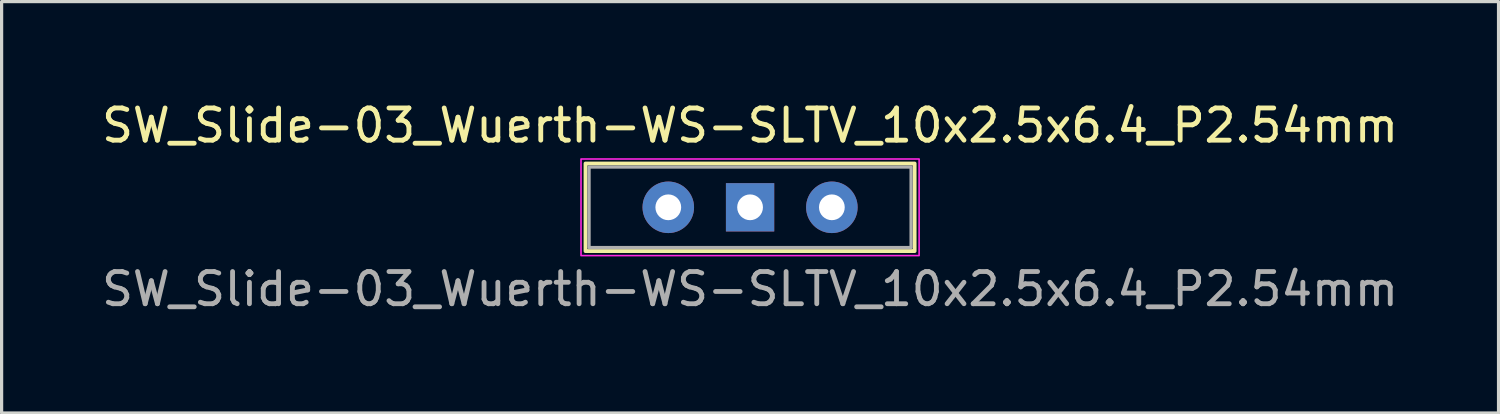
<source format=kicad_pcb>
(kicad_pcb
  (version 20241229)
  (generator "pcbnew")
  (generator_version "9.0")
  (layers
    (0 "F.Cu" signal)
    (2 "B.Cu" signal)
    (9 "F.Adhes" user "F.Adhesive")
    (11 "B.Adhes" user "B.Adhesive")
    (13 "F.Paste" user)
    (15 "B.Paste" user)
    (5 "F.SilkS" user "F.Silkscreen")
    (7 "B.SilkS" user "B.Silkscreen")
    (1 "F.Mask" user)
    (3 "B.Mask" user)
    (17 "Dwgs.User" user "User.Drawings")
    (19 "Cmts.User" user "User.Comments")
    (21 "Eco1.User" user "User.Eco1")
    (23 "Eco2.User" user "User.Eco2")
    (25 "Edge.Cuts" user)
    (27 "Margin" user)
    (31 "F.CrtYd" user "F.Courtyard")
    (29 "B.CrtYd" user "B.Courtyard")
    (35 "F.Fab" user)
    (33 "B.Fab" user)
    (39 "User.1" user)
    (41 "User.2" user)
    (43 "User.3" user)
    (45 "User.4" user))
  (footprint "SW_Slide-03_Wuerth-WS-SLTV_10x2.5x6.4_P2.54mm"
    (layer "F.Cu")
    (at 20.244 3.388)
    (property "Reference" "SW_Slide-03_Wuerth-WS-SLTV_10x2.5x6.4_P2.54mm" (at 0 -2.54 0) (layer "F.SilkS") (effects (font (size 1 1) (thickness 0.15))))
    (attr through_hole)
    (fp_rect (start -5.11 -1.36) (end 5.11 1.36) (stroke (width 0.12) (type default)) (fill no) (layer "F.SilkS"))
    (fp_rect (start -5.25 -1.5) (end 5.25 1.5) (stroke (width 0.05) (type default)) (fill no) (layer "F.CrtYd"))
    (fp_rect (start -5 -1.25) (end 5 1.25) (stroke (width 0.1) (type default)) (fill no) (layer "F.Fab"))
    (fp_text user "${REFERENCE}" (at 0 2.54 0) (layer "F.Fab") (effects (font (size 1 1) (thickness 0.15))))
    (pad "1" thru_hole rect (at 0 0) (size 1.5 1.5) (drill 0.8) (layers "*.Cu" "*.Mask"))
    (pad "2" thru_hole circle (at -2.54 0) (size 1.6 1.6) (drill 0.8) (layers "*.Cu" "*.Mask"))
    (pad "3" thru_hole circle (at 2.54 0) (size 1.6 1.6) (drill 0.8) (layers "*.Cu" "*.Mask")))
  (gr_rect
    (start -3 -3)
    (end 43.488 9.777)
    (stroke (width 0.1) (type default))
    (fill no)
    (layer "Edge.Cuts")))
</source>
